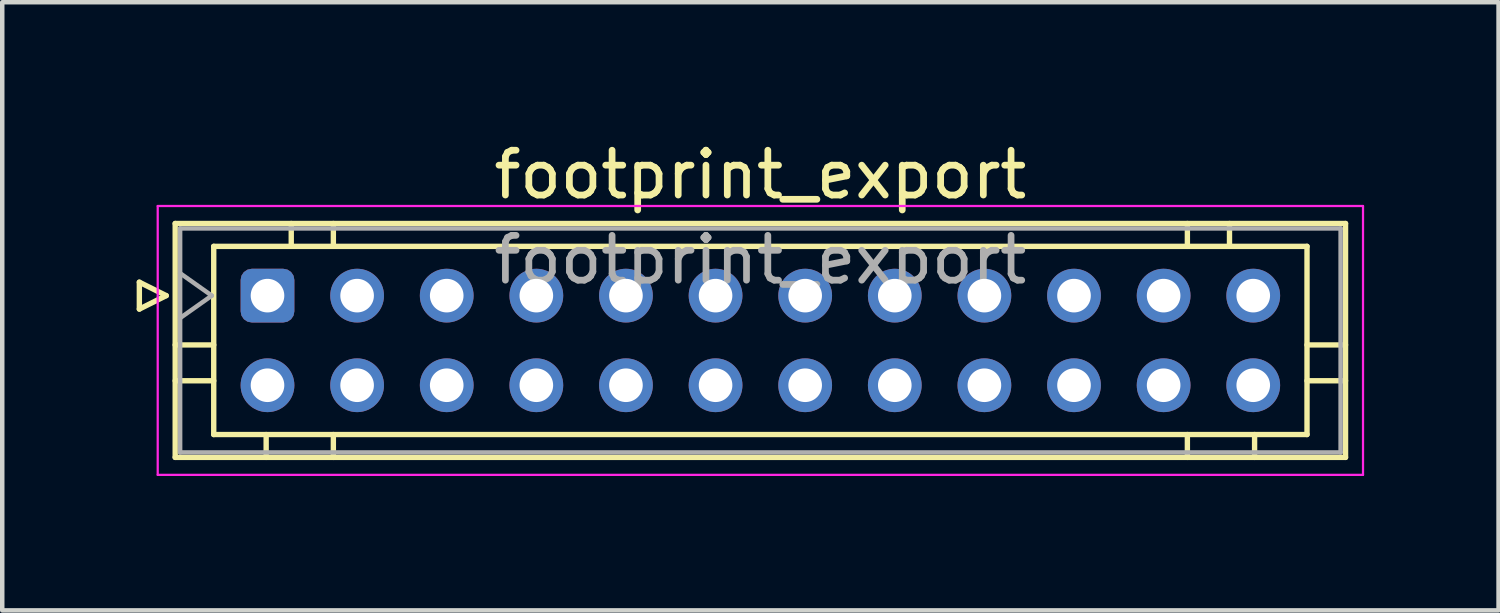
<source format=kicad_pcb>
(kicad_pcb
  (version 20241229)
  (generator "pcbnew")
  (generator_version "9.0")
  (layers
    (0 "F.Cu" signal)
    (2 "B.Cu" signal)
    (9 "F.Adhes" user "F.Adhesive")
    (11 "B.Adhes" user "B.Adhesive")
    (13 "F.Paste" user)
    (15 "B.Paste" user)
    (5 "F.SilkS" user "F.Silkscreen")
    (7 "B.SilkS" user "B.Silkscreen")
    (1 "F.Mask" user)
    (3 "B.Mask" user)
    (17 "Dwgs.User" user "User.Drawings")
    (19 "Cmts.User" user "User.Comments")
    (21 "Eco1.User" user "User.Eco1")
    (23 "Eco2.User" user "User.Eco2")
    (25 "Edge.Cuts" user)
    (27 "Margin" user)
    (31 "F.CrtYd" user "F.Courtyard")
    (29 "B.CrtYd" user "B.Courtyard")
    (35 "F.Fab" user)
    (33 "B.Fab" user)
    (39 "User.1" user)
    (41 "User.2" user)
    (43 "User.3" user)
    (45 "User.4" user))
  (footprint "footprint_export"
    (layer "F.Cu")
    (at 2.92 3.548)
    (property "Reference" "footprint_export" (at 11 -2.7 0) (layer "F.SilkS") (effects (font (size 1 1) (thickness 0.15))))
    (attr through_hole)
    (fp_line (start -2.86 -0.3) (end -2.26 0) (stroke (width 0.12) (type solid)) (layer "F.SilkS"))
    (fp_line (start -2.86 0.3) (end -2.86 -0.3) (stroke (width 0.12) (type solid)) (layer "F.SilkS"))
    (fp_line (start -2.26 0) (end -2.86 0.3) (stroke (width 0.12) (type solid)) (layer "F.SilkS"))
    (fp_line (start -2.06 -1.61) (end -2.06 3.61) (stroke (width 0.12) (type solid)) (layer "F.SilkS"))
    (fp_line (start -2.06 1.1) (end -1.2 1.1) (stroke (width 0.12) (type solid)) (layer "F.SilkS"))
    (fp_line (start -2.06 1.9) (end -1.2 1.9) (stroke (width 0.12) (type solid)) (layer "F.SilkS"))
    (fp_line (start -2.06 3.61) (end 24.06 3.61) (stroke (width 0.12) (type solid)) (layer "F.SilkS"))
    (fp_line (start -1.2 -1.1) (end -1.2 3.1) (stroke (width 0.12) (type solid)) (layer "F.SilkS"))
    (fp_line (start -1.2 3.1) (end 23.2 3.1) (stroke (width 0.12) (type solid)) (layer "F.SilkS"))
    (fp_line (start -0.03 3.61) (end -0.03 3.1) (stroke (width 0.12) (type solid)) (layer "F.SilkS"))
    (fp_line (start 0.53 -1.61) (end 0.53 -1.1) (stroke (width 0.12) (type solid)) (layer "F.SilkS"))
    (fp_line (start 1.47 -1.61) (end 1.47 -1.1) (stroke (width 0.12) (type solid)) (layer "F.SilkS"))
    (fp_line (start 1.47 3.61) (end 1.47 3.1) (stroke (width 0.12) (type solid)) (layer "F.SilkS"))
    (fp_line (start 20.53 -1.61) (end 20.53 -1.1) (stroke (width 0.12) (type solid)) (layer "F.SilkS"))
    (fp_line (start 20.53 3.61) (end 20.53 3.1) (stroke (width 0.12) (type solid)) (layer "F.SilkS"))
    (fp_line (start 21.47 -1.61) (end 21.47 -1.1) (stroke (width 0.12) (type solid)) (layer "F.SilkS"))
    (fp_line (start 22.03 3.61) (end 22.03 3.1) (stroke (width 0.12) (type solid)) (layer "F.SilkS"))
    (fp_line (start 23.2 -1.1) (end -1.2 -1.1) (stroke (width 0.12) (type solid)) (layer "F.SilkS"))
    (fp_line (start 23.2 3.1) (end 23.2 -1.1) (stroke (width 0.12) (type solid)) (layer "F.SilkS"))
    (fp_line (start 24.06 -1.61) (end -2.06 -1.61) (stroke (width 0.12) (type solid)) (layer "F.SilkS"))
    (fp_line (start 24.06 1.1) (end 23.2 1.1) (stroke (width 0.12) (type solid)) (layer "F.SilkS"))
    (fp_line (start 24.06 1.9) (end 23.2 1.9) (stroke (width 0.12) (type solid)) (layer "F.SilkS"))
    (fp_line (start 24.06 3.61) (end 24.06 -1.61) (stroke (width 0.12) (type solid)) (layer "F.SilkS"))
    (fp_line (start -2.45 -2) (end -2.45 4) (stroke (width 0.05) (type solid)) (layer "F.CrtYd"))
    (fp_line (start -2.45 4) (end 24.45 4) (stroke (width 0.05) (type solid)) (layer "F.CrtYd"))
    (fp_line (start 24.45 -2) (end -2.45 -2) (stroke (width 0.05) (type solid)) (layer "F.CrtYd"))
    (fp_line (start 24.45 4) (end 24.45 -2) (stroke (width 0.05) (type solid)) (layer "F.CrtYd"))
    (fp_line (start -1.95 -1.5) (end -1.95 3.5) (stroke (width 0.1) (type solid)) (layer "F.Fab"))
    (fp_line (start -1.95 0.5) (end -1.243 0) (stroke (width 0.1) (type solid)) (layer "F.Fab"))
    (fp_line (start -1.95 3.5) (end 23.95 3.5) (stroke (width 0.1) (type solid)) (layer "F.Fab"))
    (fp_line (start -1.243 0) (end -1.95 -0.5) (stroke (width 0.1) (type solid)) (layer "F.Fab"))
    (fp_line (start 23.95 -1.5) (end -1.95 -1.5) (stroke (width 0.1) (type solid)) (layer "F.Fab"))
    (fp_line (start 23.95 3.5) (end 23.95 -1.5) (stroke (width 0.1) (type solid)) (layer "F.Fab"))
    (fp_text user "${REFERENCE}" (at 11 -0.8 0) (layer "F.Fab") (effects (font (size 1 1) (thickness 0.15))))
    (pad "1" thru_hole roundrect (at 0 0) (size 1.2 1.2) (drill 0.75) (layers "*.Cu" "*.Mask") (roundrect_rratio 0.208))
    (pad "2" thru_hole circle (at 0 2) (size 1.2 1.2) (drill 0.75) (layers "*.Cu" "*.Mask"))
    (pad "3" thru_hole circle (at 2 0) (size 1.2 1.2) (drill 0.75) (layers "*.Cu" "*.Mask"))
    (pad "4" thru_hole circle (at 2 2) (size 1.2 1.2) (drill 0.75) (layers "*.Cu" "*.Mask"))
    (pad "5" thru_hole circle (at 4 0) (size 1.2 1.2) (drill 0.75) (layers "*.Cu" "*.Mask"))
    (pad "6" thru_hole circle (at 4 2) (size 1.2 1.2) (drill 0.75) (layers "*.Cu" "*.Mask"))
    (pad "7" thru_hole circle (at 6 0) (size 1.2 1.2) (drill 0.75) (layers "*.Cu" "*.Mask"))
    (pad "8" thru_hole circle (at 6 2) (size 1.2 1.2) (drill 0.75) (layers "*.Cu" "*.Mask"))
    (pad "9" thru_hole circle (at 8 0) (size 1.2 1.2) (drill 0.75) (layers "*.Cu" "*.Mask"))
    (pad "10" thru_hole circle (at 8 2) (size 1.2 1.2) (drill 0.75) (layers "*.Cu" "*.Mask"))
    (pad "11" thru_hole circle (at 10 0) (size 1.2 1.2) (drill 0.75) (layers "*.Cu" "*.Mask"))
    (pad "12" thru_hole circle (at 10 2) (size 1.2 1.2) (drill 0.75) (layers "*.Cu" "*.Mask"))
    (pad "13" thru_hole circle (at 12 0) (size 1.2 1.2) (drill 0.75) (layers "*.Cu" "*.Mask"))
    (pad "14" thru_hole circle (at 12 2) (size 1.2 1.2) (drill 0.75) (layers "*.Cu" "*.Mask"))
    (pad "15" thru_hole circle (at 14 0) (size 1.2 1.2) (drill 0.75) (layers "*.Cu" "*.Mask"))
    (pad "16" thru_hole circle (at 14 2) (size 1.2 1.2) (drill 0.75) (layers "*.Cu" "*.Mask"))
    (pad "17" thru_hole circle (at 16 0) (size 1.2 1.2) (drill 0.75) (layers "*.Cu" "*.Mask"))
    (pad "18" thru_hole circle (at 16 2) (size 1.2 1.2) (drill 0.75) (layers "*.Cu" "*.Mask"))
    (pad "19" thru_hole circle (at 18 0) (size 1.2 1.2) (drill 0.75) (layers "*.Cu" "*.Mask"))
    (pad "20" thru_hole circle (at 18 2) (size 1.2 1.2) (drill 0.75) (layers "*.Cu" "*.Mask"))
    (pad "21" thru_hole circle (at 20 0) (size 1.2 1.2) (drill 0.75) (layers "*.Cu" "*.Mask"))
    (pad "22" thru_hole circle (at 20 2) (size 1.2 1.2) (drill 0.75) (layers "*.Cu" "*.Mask"))
    (pad "23" thru_hole circle (at 22 0) (size 1.2 1.2) (drill 0.75) (layers "*.Cu" "*.Mask"))
    (pad "24" thru_hole circle (at 22 2) (size 1.2 1.2) (drill 0.75) (layers "*.Cu" "*.Mask")))
  (gr_rect
    (start -3 -3)
    (end 30.395 10.573)
    (stroke (width 0.1) (type default))
    (fill no)
    (layer "Edge.Cuts")))
</source>
